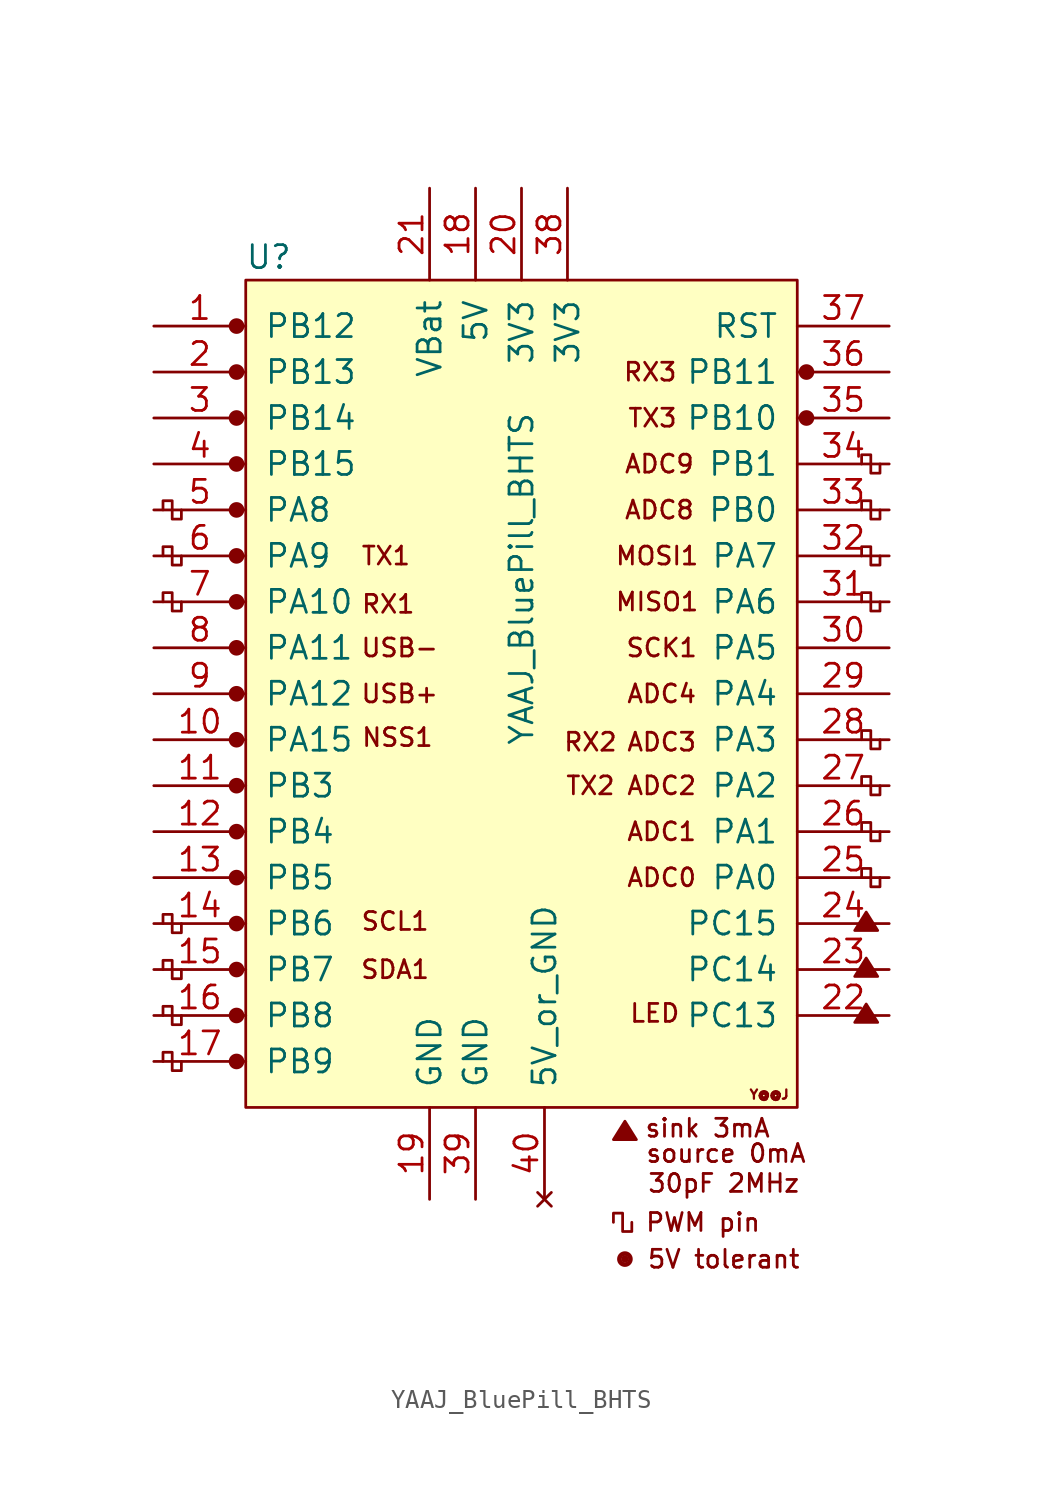
<source format=kicad_sym>
(kicad_symbol_lib
  (version 20211014)
  (generator kicad_symbol_editor)
  (symbol "YAAJ_BluePill_BHTS"
    (pin_names
      (offset 1.016))
    (property "Reference" "U"
      (at -13.97 24.13 0)
      (effects (font (size 1.27 1.27))))
    (property "Value" "YAAJ_BluePill_BHTS"
      (at 0 6.35 90)
      (effects (font (size 1.27 1.27))))
    (symbol "YAAJ_BluePill_BHTS_0_0"
      (circle (center -15.748 -20.32) (radius 0.356) (stroke (width 0) (type default) (color 0 0 0 0)) (fill (type outline)))
      (circle (center -15.748 -17.78) (radius 0.356) (stroke (width 0) (type default) (color 0 0 0 0)) (fill (type outline)))
      (circle (center -15.748 -15.24) (radius 0.356) (stroke (width 0) (type default) (color 0 0 0 0)) (fill (type outline)))
      (circle (center -15.748 -12.7) (radius 0.356) (stroke (width 0) (type default) (color 0 0 0 0)) (fill (type outline)))
      (circle (center -15.748 -10.16) (radius 0.356) (stroke (width 0) (type default) (color 0 0 0 0)) (fill (type outline)))
      (circle (center -15.748 -7.62) (radius 0.356) (stroke (width 0) (type default) (color 0 0 0 0)) (fill (type outline)))
      (circle (center -15.748 -5.08) (radius 0.356) (stroke (width 0) (type default) (color 0 0 0 0)) (fill (type outline)))
      (circle (center -15.748 -2.54) (radius 0.356) (stroke (width 0) (type default) (color 0 0 0 0)) (fill (type outline)))
      (circle (center -15.748 0) (radius 0.356) (stroke (width 0) (type default) (color 0 0 0 0)) (fill (type outline)))
      (circle (center -15.748 2.54) (radius 0.356) (stroke (width 0) (type default) (color 0 0 0 0)) (fill (type outline)))
      (circle (center -15.748 5.08) (radius 0.356) (stroke (width 0) (type default) (color 0 0 0 0)) (fill (type outline)))
      (circle (center -15.748 7.62) (radius 0.356) (stroke (width 0) (type default) (color 0 0 0 0)) (fill (type outline)))
      (circle (center -15.748 10.16) (radius 0.356) (stroke (width 0) (type default) (color 0 0 0 0)) (fill (type outline)))
      (circle (center -15.748 12.7) (radius 0.356) (stroke (width 0) (type default) (color 0 0 0 0)) (fill (type outline)))
      (circle (center -15.748 15.24) (radius 0.356) (stroke (width 0) (type default) (color 0 0 0 0)) (fill (type outline)))
      (circle (center -15.748 20.32) (radius 0.356) (stroke (width 0) (type default) (color 0 0 0 0)) (fill (type outline)))
      (polyline (pts (xy 5.08 -24.638) (xy 5.715 -23.622) (xy 6.35 -24.638) (xy 5.08 -24.638) (xy 5.715 -23.749) (xy 6.223 -24.638) (xy 5.207 -24.511) (xy 5.715 -23.876) (xy 6.096 -24.638) (xy 5.334 -24.384) (xy 5.842 -24.003) (xy 5.969 -24.638) (xy 5.461 -24.257) (xy 5.969 -24.13) (xy 5.842 -24.511) (xy 5.588 -24.257) (xy 5.842 -24.384) (xy 5.715 -24.13)) (stroke (width 0) (type default) (color 0 0 0 0)) (fill (type none)))
      (polyline (pts (xy 18.415 -18.161) (xy 19.05 -17.145) (xy 19.685 -18.161) (xy 18.415 -18.161) (xy 19.05 -17.272) (xy 19.558 -18.161) (xy 18.542 -18.034) (xy 19.05 -17.399) (xy 19.431 -18.161) (xy 18.669 -17.907) (xy 19.177 -17.526) (xy 19.304 -18.161) (xy 18.796 -17.78) (xy 19.304 -17.653) (xy 19.177 -18.034) (xy 18.923 -17.78) (xy 19.177 -17.907) (xy 19.05 -17.653)) (stroke (width 0) (type default) (color 0 0 0 0)) (fill (type none)))
      (polyline (pts (xy 18.415 -15.621) (xy 19.05 -14.605) (xy 19.685 -15.621) (xy 18.415 -15.621) (xy 19.05 -14.732) (xy 19.558 -15.621) (xy 18.542 -15.494) (xy 19.05 -14.859) (xy 19.431 -15.621) (xy 18.669 -15.367) (xy 19.177 -14.986) (xy 19.304 -15.621) (xy 18.796 -15.24) (xy 19.304 -15.113) (xy 19.177 -15.494) (xy 18.923 -15.24) (xy 19.177 -15.367) (xy 19.05 -15.113)) (stroke (width 0) (type default) (color 0 0 0 0)) (fill (type none)))
      (polyline (pts (xy 18.415 -13.081) (xy 19.05 -12.065) (xy 19.685 -13.081) (xy 18.415 -13.081) (xy 19.05 -12.192) (xy 19.558 -13.081) (xy 18.542 -12.954) (xy 19.05 -12.319) (xy 19.431 -13.081) (xy 18.669 -12.827) (xy 19.177 -12.446) (xy 19.304 -13.081) (xy 18.796 -12.7) (xy 19.304 -12.573) (xy 19.177 -12.954) (xy 18.923 -12.7) (xy 19.177 -12.827) (xy 19.05 -12.573)) (stroke (width 0) (type default) (color 0 0 0 0)) (fill (type none)))
      (circle (center 5.715 -31.242) (radius 0.127) (stroke (width 0) (type default) (color 0 0 0 0)) (fill (type outline)))
      (circle (center 5.715 -31.242) (radius 0.254) (stroke (width 0) (type default) (color 0 0 0 0)) (fill (type none)))
      (circle (center 5.715 -31.242) (radius 0.356) (stroke (width 0) (type default) (color 0 0 0 0)) (fill (type none)))
      (circle (center 15.748 15.24) (radius 0.254) (stroke (width 0) (type default) (color 0 0 0 0)) (fill (type outline)))
      (circle (center 15.748 15.24) (radius 0.356) (stroke (width 0) (type default) (color 0 0 0 0)) (fill (type none)))
      (circle (center 15.748 17.78) (radius 0.254) (stroke (width 0) (type default) (color 0 0 0 0)) (fill (type outline)))
      (circle (center 15.748 17.78) (radius 0.356) (stroke (width 0) (type default) (color 0 0 0 0)) (fill (type none)))
      (text "30pF 2MHz" (at 11.176 -27.051 0) (effects (font (size 0.991 0.991))))
      (text "5V tolerant" (at 11.176 -31.242 0) (effects (font (size 0.991 0.991))))
      (text "ADC0" (at 7.747 -10.16 0) (effects (font (size 0.991 0.991))))
      (text "ADC1" (at 7.747 -7.62 0) (effects (font (size 0.991 0.991))))
      (text "ADC2" (at 7.747 -5.08 0) (effects (font (size 0.991 0.991))))
      (text "ADC3" (at 7.747 -2.667 0) (effects (font (size 0.991 0.991))))
      (text "ADC4" (at 7.747 0 0) (effects (font (size 0.991 0.991))))
      (text "ADC8" (at 7.62 10.16 0) (effects (font (size 0.991 0.991))))
      (text "ADC9" (at 7.62 12.7 0) (effects (font (size 0.991 0.991))))
      (text "LED" (at 7.366 -17.653 0) (effects (font (size 0.991 0.991))))
      (text "MISO1" (at 7.493 5.08 0) (effects (font (size 0.991 0.991))))
      (text "MOSI1" (at 7.493 7.62 0) (effects (font (size 0.991 0.991))))
      (text "NSS1" (at -6.858 -2.413 0) (effects (font (size 0.991 0.991))))
      (text "PWM pin" (at 10.033 -29.21 0) (effects (font (size 0.991 0.991))))
      (text "RX1" (at -7.366 4.953 0) (effects (font (size 0.991 0.991))))
      (text "RX2" (at 3.81 -2.667 0) (effects (font (size 0.991 0.991))))
      (text "RX3" (at 7.112 17.78 0) (effects (font (size 0.991 0.991))))
      (text "SCK1" (at 7.747 2.54 0) (effects (font (size 0.991 0.991))))
      (text "SCL1" (at -6.985 -12.573 0) (effects (font (size 0.991 0.991))))
      (text "SDA1" (at -6.985 -15.24 0) (effects (font (size 0.991 0.991))))
      (text "sink 3mA" (at 10.287 -24.003 0) (effects (font (size 0.991 0.991))))
      (text "source 0mA" (at 11.303 -25.4 0) (effects (font (size 0.991 0.991))))
      (text "TX1" (at -7.493 7.62 0) (effects (font (size 0.991 0.991))))
      (text "TX2" (at 3.81 -5.08 0) (effects (font (size 0.991 0.991))))
      (text "TX3" (at 7.239 15.24 0) (effects (font (size 0.991 0.991))))
      (text "USB+" (at -6.731 0 0) (effects (font (size 0.991 0.991))))
      (text "USB-" (at -6.731 2.54 0) (effects (font (size 0.991 0.991))))
      (text "Y@@J" (at 13.691 -22.149 0) (effects (font (size 0.508 0.508)))))
    (symbol "YAAJ_BluePill_BHTS_0_1"
      (rectangle (start -15.24 22.86) (end 15.24 -22.86) (stroke (width 0) (type default) (color 0 0 0 0)) (fill (type background)))
      (polyline (pts (xy -18.796 -20.32) (xy -18.796 -20.828) (xy -19.304 -20.828) (xy -19.304 -19.812) (xy -19.812 -19.812) (xy -19.812 -20.32)) (stroke (width 0) (type default) (color 0 0 0 0)) (fill (type none)))
      (polyline (pts (xy -18.796 -17.78) (xy -18.796 -18.288) (xy -19.304 -18.288) (xy -19.304 -17.272) (xy -19.812 -17.272) (xy -19.812 -17.78)) (stroke (width 0) (type default) (color 0 0 0 0)) (fill (type none)))
      (polyline (pts (xy -18.796 -15.24) (xy -18.796 -15.748) (xy -19.304 -15.748) (xy -19.304 -14.732) (xy -19.812 -14.732) (xy -19.812 -15.24)) (stroke (width 0) (type default) (color 0 0 0 0)) (fill (type none)))
      (polyline (pts (xy -18.796 -12.7) (xy -18.796 -13.208) (xy -19.304 -13.208) (xy -19.304 -12.192) (xy -19.812 -12.192) (xy -19.812 -12.7)) (stroke (width 0) (type default) (color 0 0 0 0)) (fill (type none)))
      (polyline (pts (xy -18.796 5.08) (xy -18.796 4.572) (xy -19.304 4.572) (xy -19.304 5.588) (xy -19.812 5.588) (xy -19.812 5.08)) (stroke (width 0) (type default) (color 0 0 0 0)) (fill (type none)))
      (polyline (pts (xy -18.796 7.62) (xy -18.796 7.112) (xy -19.304 7.112) (xy -19.304 8.128) (xy -19.812 8.128) (xy -19.812 7.62)) (stroke (width 0) (type default) (color 0 0 0 0)) (fill (type none)))
      (polyline (pts (xy -18.796 10.16) (xy -18.796 9.652) (xy -19.304 9.652) (xy -19.304 10.668) (xy -19.812 10.668) (xy -19.812 10.16)) (stroke (width 0) (type default) (color 0 0 0 0)) (fill (type none)))
      (polyline (pts (xy 6.096 -29.21) (xy 6.096 -29.718) (xy 5.588 -29.718) (xy 5.588 -28.702) (xy 5.08 -28.702) (xy 5.08 -29.21)) (stroke (width 0) (type default) (color 0 0 0 0)) (fill (type none)))
      (polyline (pts (xy 19.812 -10.16) (xy 19.812 -10.668) (xy 19.304 -10.668) (xy 19.304 -9.652) (xy 18.796 -9.652) (xy 18.796 -10.16)) (stroke (width 0) (type default) (color 0 0 0 0)) (fill (type none)))
      (polyline (pts (xy 19.812 -7.62) (xy 19.812 -8.128) (xy 19.304 -8.128) (xy 19.304 -7.112) (xy 18.796 -7.112) (xy 18.796 -7.62)) (stroke (width 0) (type default) (color 0 0 0 0)) (fill (type none)))
      (polyline (pts (xy 19.812 -5.08) (xy 19.812 -5.588) (xy 19.304 -5.588) (xy 19.304 -4.572) (xy 18.796 -4.572) (xy 18.796 -5.08)) (stroke (width 0) (type default) (color 0 0 0 0)) (fill (type none)))
      (polyline (pts (xy 19.812 -2.54) (xy 19.812 -3.048) (xy 19.304 -3.048) (xy 19.304 -2.032) (xy 18.796 -2.032) (xy 18.796 -2.54)) (stroke (width 0) (type default) (color 0 0 0 0)) (fill (type none)))
      (polyline (pts (xy 19.812 5.08) (xy 19.812 4.572) (xy 19.304 4.572) (xy 19.304 5.588) (xy 18.796 5.588) (xy 18.796 5.08)) (stroke (width 0) (type default) (color 0 0 0 0)) (fill (type none)))
      (polyline (pts (xy 19.812 7.62) (xy 19.812 7.112) (xy 19.304 7.112) (xy 19.304 8.128) (xy 18.796 8.128) (xy 18.796 7.62)) (stroke (width 0) (type default) (color 0 0 0 0)) (fill (type none)))
      (polyline (pts (xy 19.812 10.16) (xy 19.812 9.652) (xy 19.304 9.652) (xy 19.304 10.668) (xy 18.796 10.668) (xy 18.796 10.16)) (stroke (width 0) (type default) (color 0 0 0 0)) (fill (type none)))
      (polyline (pts (xy 19.812 12.7) (xy 19.812 12.192) (xy 19.304 12.192) (xy 19.304 13.208) (xy 18.796 13.208) (xy 18.796 12.7)) (stroke (width 0) (type default) (color 0 0 0 0)) (fill (type none))))
    (symbol "YAAJ_BluePill_BHTS_1_1"
      (circle (center -15.748 17.78) (radius 0.356) (stroke (width 0) (type default) (color 0 0 0 0)) (fill (type outline)))
      (pin bidirectional line (at -20.32 20.32 0) (length 5.08) (name "PB12" (effects (font (size 1.27 1.27)))) (number "1" (effects (font (size 1.27 1.27)))))
      (pin bidirectional line (at -20.32 -2.54 0) (length 5.08) (name "PA15" (effects (font (size 1.27 1.27)))) (number "10" (effects (font (size 1.27 1.27)))))
      (pin bidirectional line (at -20.32 -5.08 0) (length 5.08) (name "PB3" (effects (font (size 1.27 1.27)))) (number "11" (effects (font (size 1.27 1.27)))))
      (pin bidirectional line (at -20.32 -7.62 0) (length 5.08) (name "PB4" (effects (font (size 1.27 1.27)))) (number "12" (effects (font (size 1.27 1.27)))))
      (pin bidirectional line (at -20.32 -10.16 0) (length 5.08) (name "PB5" (effects (font (size 1.27 1.27)))) (number "13" (effects (font (size 1.27 1.27)))))
      (pin bidirectional line (at -20.32 -12.7 0) (length 5.08) (name "PB6" (effects (font (size 1.27 1.27)))) (number "14" (effects (font (size 1.27 1.27)))))
      (pin bidirectional line (at -20.32 -15.24 0) (length 5.08) (name "PB7" (effects (font (size 1.27 1.27)))) (number "15" (effects (font (size 1.27 1.27)))))
      (pin bidirectional line (at -20.32 -17.78 0) (length 5.08) (name "PB8" (effects (font (size 1.27 1.27)))) (number "16" (effects (font (size 1.27 1.27)))))
      (pin bidirectional line (at -20.32 -20.32 0) (length 5.08) (name "PB9" (effects (font (size 1.27 1.27)))) (number "17" (effects (font (size 1.27 1.27)))))
      (pin power_in line (at -2.54 27.94 270) (length 5.08) (name "5V" (effects (font (size 1.27 1.27)))) (number "18" (effects (font (size 1.27 1.27)))))
      (pin power_in line (at -5.08 -27.94 90) (length 5.08) (name "GND" (effects (font (size 1.27 1.27)))) (number "19" (effects (font (size 1.27 1.27)))))
      (pin bidirectional line (at -20.32 17.78 0) (length 5.08) (name "PB13" (effects (font (size 1.27 1.27)))) (number "2" (effects (font (size 1.27 1.27)))))
      (pin power_in line (at 0 27.94 270) (length 5.08) (name "3V3" (effects (font (size 1.27 1.27)))) (number "20" (effects (font (size 1.27 1.27)))))
      (pin power_in line (at -5.08 27.94 270) (length 5.08) (name "VBat" (effects (font (size 1.27 1.27)))) (number "21" (effects (font (size 1.27 1.27)))))
      (pin bidirectional line (at 20.32 -17.78 180) (length 5.08) (name "PC13" (effects (font (size 1.27 1.27)))) (number "22" (effects (font (size 1.27 1.27)))))
      (pin bidirectional line (at 20.32 -15.24 180) (length 5.08) (name "PC14" (effects (font (size 1.27 1.27)))) (number "23" (effects (font (size 1.27 1.27)))))
      (pin bidirectional line (at 20.32 -12.7 180) (length 5.08) (name "PC15" (effects (font (size 1.27 1.27)))) (number "24" (effects (font (size 1.27 1.27)))))
      (pin bidirectional line (at 20.32 -10.16 180) (length 5.08) (name "PA0" (effects (font (size 1.27 1.27)))) (number "25" (effects (font (size 1.27 1.27)))))
      (pin bidirectional line (at 20.32 -7.62 180) (length 5.08) (name "PA1" (effects (font (size 1.27 1.27)))) (number "26" (effects (font (size 1.27 1.27)))))
      (pin bidirectional line (at 20.32 -5.08 180) (length 5.08) (name "PA2" (effects (font (size 1.27 1.27)))) (number "27" (effects (font (size 1.27 1.27)))))
      (pin bidirectional line (at 20.32 -2.54 180) (length 5.08) (name "PA3" (effects (font (size 1.27 1.27)))) (number "28" (effects (font (size 1.27 1.27)))))
      (pin bidirectional line (at 20.32 0 180) (length 5.08) (name "PA4" (effects (font (size 1.27 1.27)))) (number "29" (effects (font (size 1.27 1.27)))))
      (pin bidirectional line (at -20.32 15.24 0) (length 5.08) (name "PB14" (effects (font (size 1.27 1.27)))) (number "3" (effects (font (size 1.27 1.27)))))
      (pin bidirectional line (at 20.32 2.54 180) (length 5.08) (name "PA5" (effects (font (size 1.27 1.27)))) (number "30" (effects (font (size 1.27 1.27)))))
      (pin bidirectional line (at 20.32 5.08 180) (length 5.08) (name "PA6" (effects (font (size 1.27 1.27)))) (number "31" (effects (font (size 1.27 1.27)))))
      (pin bidirectional line (at 20.32 7.62 180) (length 5.08) (name "PA7" (effects (font (size 1.27 1.27)))) (number "32" (effects (font (size 1.27 1.27)))))
      (pin bidirectional line (at 20.32 10.16 180) (length 5.08) (name "PB0" (effects (font (size 1.27 1.27)))) (number "33" (effects (font (size 1.27 1.27)))))
      (pin bidirectional line (at 20.32 12.7 180) (length 5.08) (name "PB1" (effects (font (size 1.27 1.27)))) (number "34" (effects (font (size 1.27 1.27)))))
      (pin bidirectional line (at 20.32 15.24 180) (length 5.08) (name "PB10" (effects (font (size 1.27 1.27)))) (number "35" (effects (font (size 1.27 1.27)))))
      (pin bidirectional line (at 20.32 17.78 180) (length 5.08) (name "PB11" (effects (font (size 1.27 1.27)))) (number "36" (effects (font (size 1.27 1.27)))))
      (pin input line (at 20.32 20.32 180) (length 5.08) (name "RST" (effects (font (size 1.27 1.27)))) (number "37" (effects (font (size 1.27 1.27)))))
      (pin power_in line (at 2.54 27.94 270) (length 5.08) (name "3V3" (effects (font (size 1.27 1.27)))) (number "38" (effects (font (size 1.27 1.27)))))
      (pin power_in line (at -2.54 -27.94 90) (length 5.08) (name "GND" (effects (font (size 1.27 1.27)))) (number "39" (effects (font (size 1.27 1.27)))))
      (pin bidirectional line (at -20.32 12.7 0) (length 5.08) (name "PB15" (effects (font (size 1.27 1.27)))) (number "4" (effects (font (size 1.27 1.27)))))
      (pin no_connect line (at 1.27 -27.94 90) (length 5.08) (name "5V_or_GND" (effects (font (size 1.27 1.27)))) (number "40" (effects (font (size 1.27 1.27)))))
      (pin bidirectional line (at -20.32 10.16 0) (length 5.08) (name "PA8" (effects (font (size 1.27 1.27)))) (number "5" (effects (font (size 1.27 1.27)))))
      (pin bidirectional line (at -20.32 7.62 0) (length 5.08) (name "PA9" (effects (font (size 1.27 1.27)))) (number "6" (effects (font (size 1.27 1.27)))))
      (pin bidirectional line (at -20.32 5.08 0) (length 5.08) (name "PA10" (effects (font (size 1.27 1.27)))) (number "7" (effects (font (size 1.27 1.27)))))
      (pin bidirectional line (at -20.32 2.54 0) (length 5.08) (name "PA11" (effects (font (size 1.27 1.27)))) (number "8" (effects (font (size 1.27 1.27)))))
      (pin bidirectional line (at -20.32 0 0) (length 5.08) (name "PA12" (effects (font (size 1.27 1.27)))) (number "9" (effects (font (size 1.27 1.27))))))))
</source>
